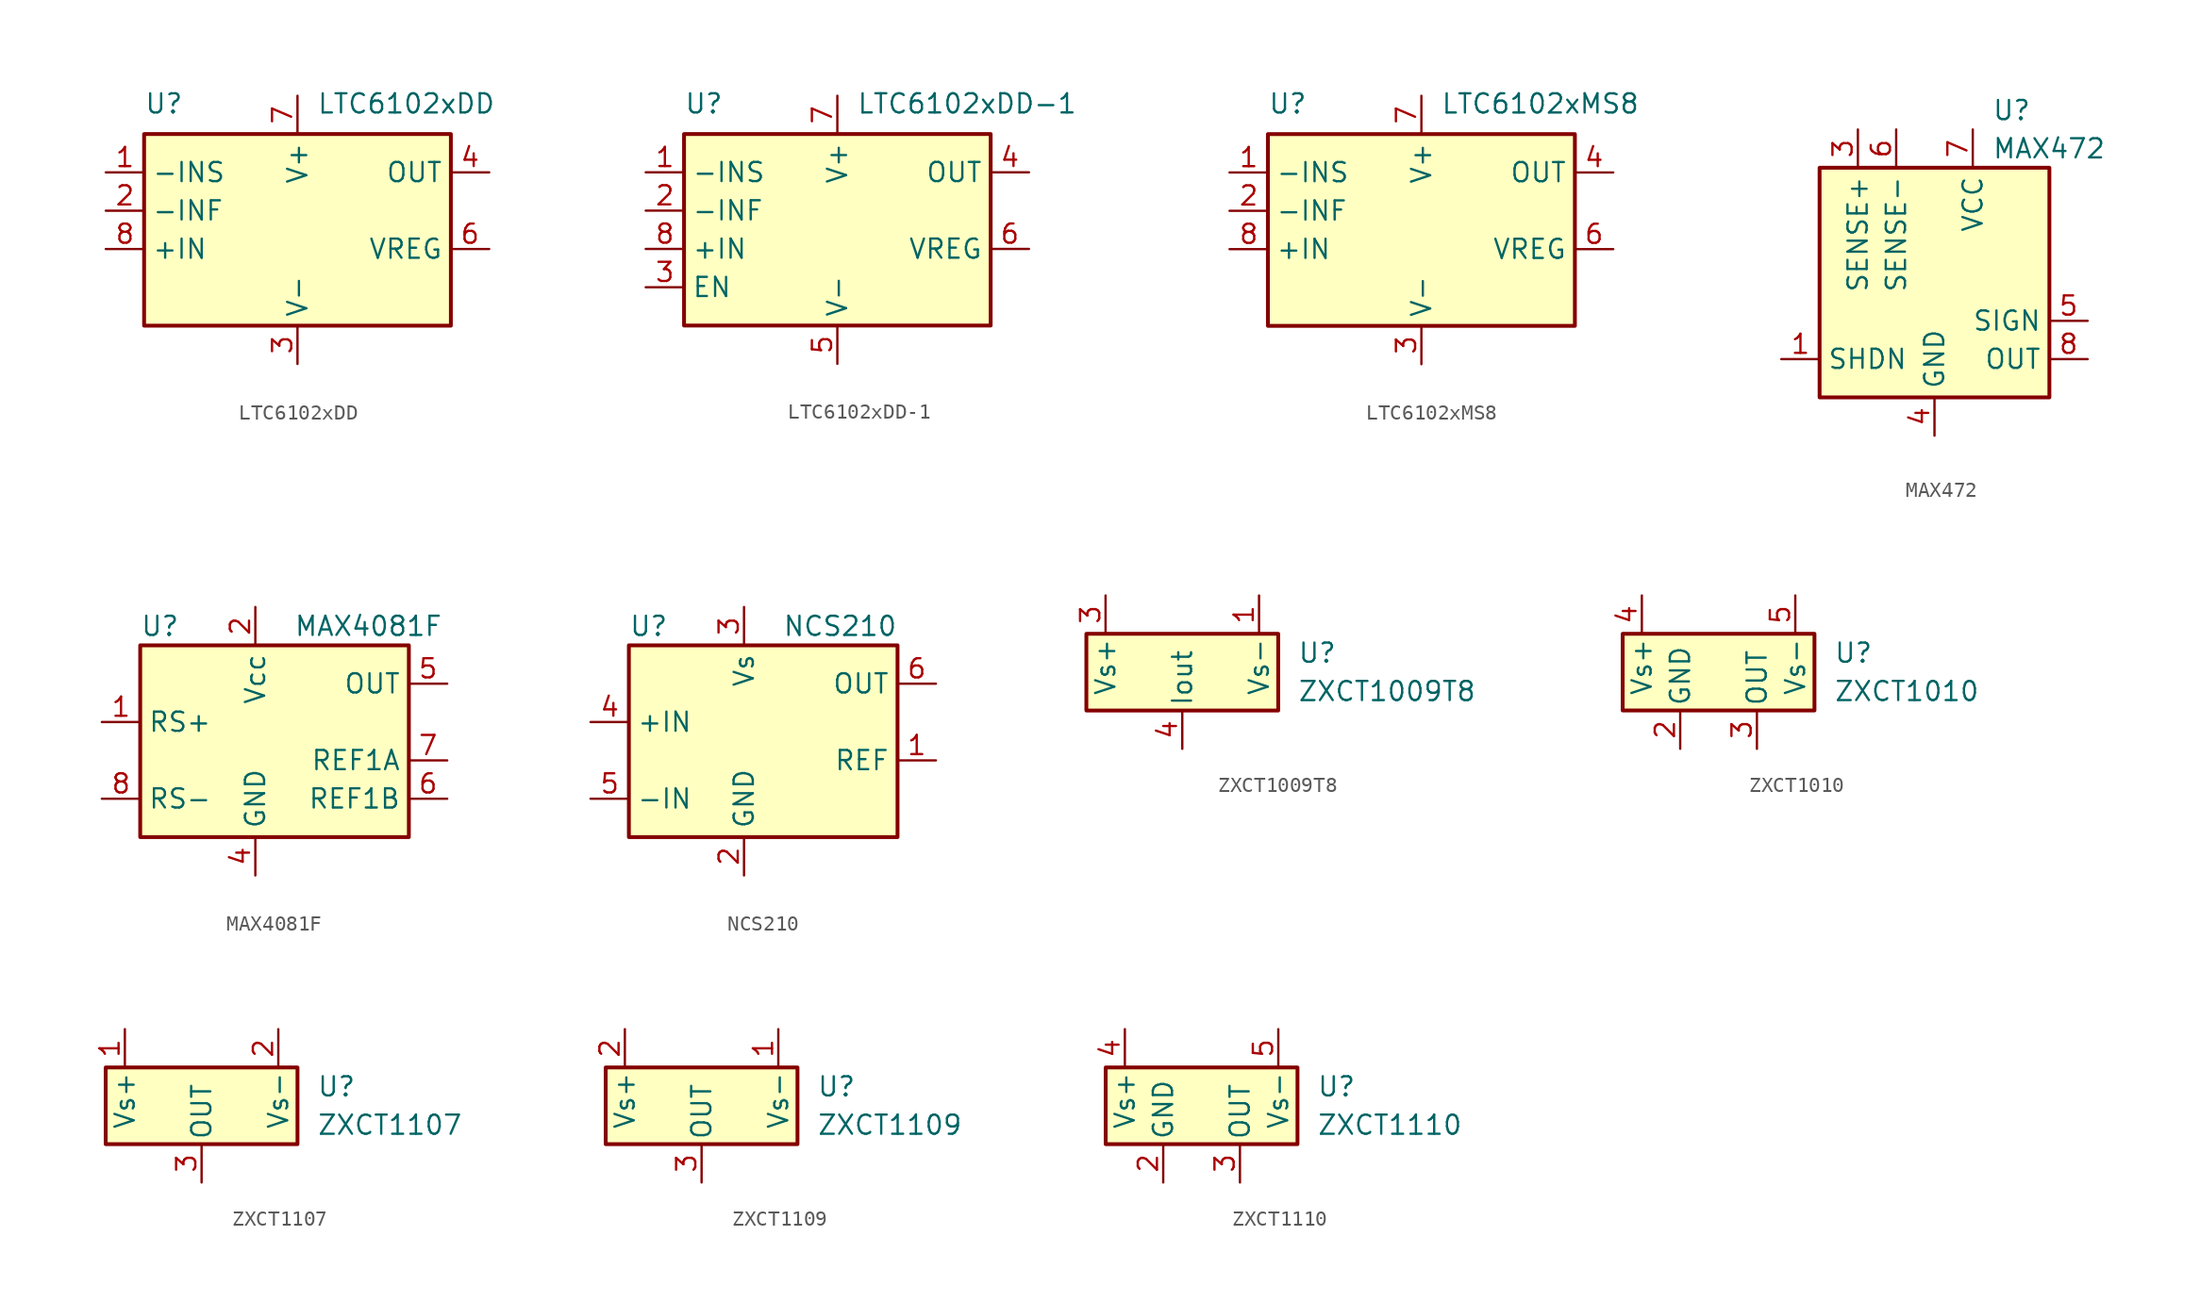
<source format=kicad_sym>
(kicad_symbol_lib
  (version 20211014)
  (generator kicad_symbol_editor)
  (symbol "LTC6102xDD"
    (property "Reference" "U"
      (at -10.16 8.89 0)
      (effects (font (size 1.27 1.27)) (justify left bottom)))
    (property "Value" "LTC6102xDD"
      (at 1.27 8.89 0)
      (effects (font (size 1.27 1.27)) (justify left bottom)))
    (symbol "LTC6102xDD_0_1"
      (rectangle (start -10.16 7.62) (end 10.16 -5.08) (stroke (width 0.254) (type default) (color 0 0 0 0)) (fill (type background))))
    (symbol "LTC6102xDD_1_1"
      (pin input line (at -12.7 5.08 0) (length 2.54) (name "-INS" (effects (font (size 1.27 1.27)))) (number "1" (effects (font (size 1.27 1.27)))))
      (pin input line (at -12.7 2.54 0) (length 2.54) (name "-INF" (effects (font (size 1.27 1.27)))) (number "2" (effects (font (size 1.27 1.27)))))
      (pin power_in line (at 0 -7.62 90) (length 2.54) (name "V-" (effects (font (size 1.27 1.27)))) (number "3" (effects (font (size 1.27 1.27)))))
      (pin output line (at 12.7 5.08 180) (length 2.54) (name "OUT" (effects (font (size 1.27 1.27)))) (number "4" (effects (font (size 1.27 1.27)))))
      (pin passive line (at 0 -7.62 90) (length 2.54) hide (name "V-" (effects (font (size 1.27 1.27)))) (number "5" (effects (font (size 1.27 1.27)))))
      (pin output line (at 12.7 0 180) (length 2.54) (name "VREG" (effects (font (size 1.27 1.27)))) (number "6" (effects (font (size 1.27 1.27)))))
      (pin power_in line (at 0 10.16 270) (length 2.54) (name "V+" (effects (font (size 1.27 1.27)))) (number "7" (effects (font (size 1.27 1.27)))))
      (pin input line (at -12.7 0 0) (length 2.54) (name "+IN" (effects (font (size 1.27 1.27)))) (number "8" (effects (font (size 1.27 1.27)))))
      (pin passive line (at 0 -7.62 90) (length 2.54) hide (name "V-" (effects (font (size 1.27 1.27)))) (number "9" (effects (font (size 1.27 1.27)))))))
  (symbol "LTC6102xDD-1"
    (property "Reference" "U"
      (at -10.16 8.89 0)
      (effects (font (size 1.27 1.27)) (justify left bottom)))
    (property "Value" "LTC6102xDD-1"
      (at 1.27 8.89 0)
      (effects (font (size 1.27 1.27)) (justify left bottom)))
    (symbol "LTC6102xDD-1_0_1"
      (rectangle (start -10.16 7.62) (end 10.16 -5.08) (stroke (width 0.254) (type default) (color 0 0 0 0)) (fill (type background))))
    (symbol "LTC6102xDD-1_1_1"
      (pin input line (at -12.7 5.08 0) (length 2.54) (name "-INS" (effects (font (size 1.27 1.27)))) (number "1" (effects (font (size 1.27 1.27)))))
      (pin input line (at -12.7 2.54 0) (length 2.54) (name "-INF" (effects (font (size 1.27 1.27)))) (number "2" (effects (font (size 1.27 1.27)))))
      (pin input line (at -12.7 -2.54 0) (length 2.54) (name "EN" (effects (font (size 1.27 1.27)))) (number "3" (effects (font (size 1.27 1.27)))))
      (pin output line (at 12.7 5.08 180) (length 2.54) (name "OUT" (effects (font (size 1.27 1.27)))) (number "4" (effects (font (size 1.27 1.27)))))
      (pin power_in line (at 0 -7.62 90) (length 2.54) (name "V-" (effects (font (size 1.27 1.27)))) (number "5" (effects (font (size 1.27 1.27)))))
      (pin output line (at 12.7 0 180) (length 2.54) (name "VREG" (effects (font (size 1.27 1.27)))) (number "6" (effects (font (size 1.27 1.27)))))
      (pin power_in line (at 0 10.16 270) (length 2.54) (name "V+" (effects (font (size 1.27 1.27)))) (number "7" (effects (font (size 1.27 1.27)))))
      (pin input line (at -12.7 0 0) (length 2.54) (name "+IN" (effects (font (size 1.27 1.27)))) (number "8" (effects (font (size 1.27 1.27)))))
      (pin passive line (at 0 -7.62 90) (length 2.54) hide (name "V-" (effects (font (size 1.27 1.27)))) (number "9" (effects (font (size 1.27 1.27)))))))
  (symbol "LTC6102xMS8"
    (property "Reference" "U"
      (at -10.16 8.89 0)
      (effects (font (size 1.27 1.27)) (justify left bottom)))
    (property "Value" "LTC6102xMS8"
      (at 1.27 8.89 0)
      (effects (font (size 1.27 1.27)) (justify left bottom)))
    (symbol "LTC6102xMS8_0_1"
      (rectangle (start -10.16 7.62) (end 10.16 -5.08) (stroke (width 0.254) (type default) (color 0 0 0 0)) (fill (type background))))
    (symbol "LTC6102xMS8_1_1"
      (pin input line (at -12.7 5.08 0) (length 2.54) (name "-INS" (effects (font (size 1.27 1.27)))) (number "1" (effects (font (size 1.27 1.27)))))
      (pin input line (at -12.7 2.54 0) (length 2.54) (name "-INF" (effects (font (size 1.27 1.27)))) (number "2" (effects (font (size 1.27 1.27)))))
      (pin power_in line (at 0 -7.62 90) (length 2.54) (name "V-" (effects (font (size 1.27 1.27)))) (number "3" (effects (font (size 1.27 1.27)))))
      (pin output line (at 12.7 5.08 180) (length 2.54) (name "OUT" (effects (font (size 1.27 1.27)))) (number "4" (effects (font (size 1.27 1.27)))))
      (pin passive line (at 0 -7.62 90) (length 2.54) hide (name "V-" (effects (font (size 1.27 1.27)))) (number "5" (effects (font (size 1.27 1.27)))))
      (pin output line (at 12.7 0 180) (length 2.54) (name "VREG" (effects (font (size 1.27 1.27)))) (number "6" (effects (font (size 1.27 1.27)))))
      (pin power_in line (at 0 10.16 270) (length 2.54) (name "V+" (effects (font (size 1.27 1.27)))) (number "7" (effects (font (size 1.27 1.27)))))
      (pin input line (at -12.7 0 0) (length 2.54) (name "+IN" (effects (font (size 1.27 1.27)))) (number "8" (effects (font (size 1.27 1.27)))))))
  (symbol "MAX472"
    (property "Reference" "U"
      (at 3.81 11.43 0)
      (effects (font (size 1.27 1.27)) (justify left)))
    (property "Value" "MAX472"
      (at 3.81 8.89 0)
      (effects (font (size 1.27 1.27)) (justify left)))
    (symbol "MAX472_0_1"
      (rectangle (start -7.62 7.62) (end 7.62 -7.62) (stroke (width 0.254) (type default) (color 0 0 0 0)) (fill (type background))))
    (symbol "MAX472_1_1"
      (pin input line (at -10.16 -5.08 0) (length 2.54) (name "SHDN" (effects (font (size 1.27 1.27)))) (number "1" (effects (font (size 1.27 1.27)))))
      (pin no_connect line (at 10.16 2.54 180) (length 2.54) hide (name "NC" (effects (font (size 1.27 1.27)))) (number "2" (effects (font (size 1.27 1.27)))))
      (pin input line (at -5.08 10.16 270) (length 2.54) (name "SENSE+" (effects (font (size 1.27 1.27)))) (number "3" (effects (font (size 1.27 1.27)))))
      (pin power_in line (at 0 -10.16 90) (length 2.54) (name "GND" (effects (font (size 1.27 1.27)))) (number "4" (effects (font (size 1.27 1.27)))))
      (pin open_collector line (at 10.16 -2.54 180) (length 2.54) (name "SIGN" (effects (font (size 1.27 1.27)))) (number "5" (effects (font (size 1.27 1.27)))))
      (pin input line (at -2.54 10.16 270) (length 2.54) (name "SENSE-" (effects (font (size 1.27 1.27)))) (number "6" (effects (font (size 1.27 1.27)))))
      (pin power_in line (at 2.54 10.16 270) (length 2.54) (name "VCC" (effects (font (size 1.27 1.27)))) (number "7" (effects (font (size 1.27 1.27)))))
      (pin output line (at 10.16 -5.08 180) (length 2.54) (name "OUT" (effects (font (size 1.27 1.27)))) (number "8" (effects (font (size 1.27 1.27)))))))
  (symbol "MAX4081F"
    (property "Reference" "U"
      (at -7.62 8.89 0)
      (effects (font (size 1.27 1.27)) (justify left)))
    (property "Value" "MAX4081F"
      (at 2.54 8.89 0)
      (effects (font (size 1.27 1.27)) (justify left)))
    (symbol "MAX4081F_0_1"
      (rectangle (start -7.62 7.62) (end 10.16 -5.08) (stroke (width 0.254) (type default) (color 0 0 0 0)) (fill (type background))))
    (symbol "MAX4081F_1_1"
      (pin input line (at -10.16 2.54 0) (length 2.54) (name "RS+" (effects (font (size 1.27 1.27)))) (number "1" (effects (font (size 1.27 1.27)))))
      (pin power_in line (at 0 10.16 270) (length 2.54) (name "Vcc" (effects (font (size 1.27 1.27)))) (number "2" (effects (font (size 1.27 1.27)))))
      (pin no_connect line (at 12.7 2.54 180) (length 2.54) hide (name "NC" (effects (font (size 1.27 1.27)))) (number "3" (effects (font (size 1.27 1.27)))))
      (pin power_in line (at 0 -7.62 90) (length 2.54) (name "GND" (effects (font (size 1.27 1.27)))) (number "4" (effects (font (size 1.27 1.27)))))
      (pin input line (at 12.7 5.08 180) (length 2.54) (name "OUT" (effects (font (size 1.27 1.27)))) (number "5" (effects (font (size 1.27 1.27)))))
      (pin input line (at 12.7 -2.54 180) (length 2.54) (name "REF1B" (effects (font (size 1.27 1.27)))) (number "6" (effects (font (size 1.27 1.27)))))
      (pin input line (at 12.7 0 180) (length 2.54) (name "REF1A" (effects (font (size 1.27 1.27)))) (number "7" (effects (font (size 1.27 1.27)))))
      (pin input line (at -10.16 -2.54 0) (length 2.54) (name "RS-" (effects (font (size 1.27 1.27)))) (number "8" (effects (font (size 1.27 1.27)))))))
  (symbol "NCS210"
    (property "Reference" "U"
      (at -7.62 8.89 0)
      (effects (font (size 1.27 1.27)) (justify left)))
    (property "Value" "NCS210"
      (at 2.54 8.89 0)
      (effects (font (size 1.27 1.27)) (justify left)))
    (symbol "NCS210_0_1"
      (rectangle (start -7.62 7.62) (end 10.16 -5.08) (stroke (width 0.254) (type default) (color 0 0 0 0)) (fill (type background))))
    (symbol "NCS210_1_1"
      (pin input line (at 12.7 0 180) (length 2.54) (name "REF" (effects (font (size 1.27 1.27)))) (number "1" (effects (font (size 1.27 1.27)))))
      (pin power_in line (at 0 -7.62 90) (length 2.54) (name "GND" (effects (font (size 1.27 1.27)))) (number "2" (effects (font (size 1.27 1.27)))))
      (pin power_in line (at 0 10.16 270) (length 2.54) (name "Vs" (effects (font (size 1.27 1.27)))) (number "3" (effects (font (size 1.27 1.27)))))
      (pin input line (at -10.16 2.54 0) (length 2.54) (name "+IN" (effects (font (size 1.27 1.27)))) (number "4" (effects (font (size 1.27 1.27)))))
      (pin input line (at -10.16 -2.54 0) (length 2.54) (name "-IN" (effects (font (size 1.27 1.27)))) (number "5" (effects (font (size 1.27 1.27)))))
      (pin output line (at 12.7 5.08 180) (length 2.54) (name "OUT" (effects (font (size 1.27 1.27)))) (number "6" (effects (font (size 1.27 1.27)))))))
  (symbol "ZXCT1009T8"
    (pin_names
      (offset 0.254))
    (property "Reference" "U"
      (at 7.62 1.27 0)
      (effects (font (size 1.27 1.27)) (justify left)))
    (property "Value" "ZXCT1009T8"
      (at 7.62 -1.27 0)
      (effects (font (size 1.27 1.27)) (justify left)))
    (symbol "ZXCT1009T8_0_1"
      (rectangle (start -6.35 2.54) (end 6.35 -2.54) (stroke (width 0.254) (type default) (color 0 0 0 0)) (fill (type background))))
    (symbol "ZXCT1009T8_1_1"
      (pin input line (at 5.08 5.08 270) (length 2.54) (name "Vs-" (effects (font (size 1.27 1.27)))) (number "1" (effects (font (size 1.27 1.27)))))
      (pin no_connect line (at -2.54 2.54 270) (length 2.54) hide (name "NC" (effects (font (size 1.27 1.27)))) (number "2" (effects (font (size 1.27 1.27)))))
      (pin input line (at -5.08 5.08 270) (length 2.54) (name "Vs+" (effects (font (size 1.27 1.27)))) (number "3" (effects (font (size 1.27 1.27)))))
      (pin output line (at 0 -5.08 90) (length 2.54) (name "Iout" (effects (font (size 1.27 1.27)))) (number "4" (effects (font (size 1.27 1.27)))))
      (pin no_connect line (at 0 2.54 270) (length 2.54) hide (name "NC" (effects (font (size 1.27 1.27)))) (number "5" (effects (font (size 1.27 1.27)))))
      (pin no_connect line (at 2.54 2.54 270) (length 2.54) hide (name "NC" (effects (font (size 1.27 1.27)))) (number "6" (effects (font (size 1.27 1.27)))))
      (pin no_connect line (at -2.54 -2.54 90) (length 2.54) hide (name "NC" (effects (font (size 1.27 1.27)))) (number "7" (effects (font (size 1.27 1.27)))))
      (pin no_connect line (at 2.54 -2.54 90) (length 2.54) hide (name "NC" (effects (font (size 1.27 1.27)))) (number "8" (effects (font (size 1.27 1.27)))))))
  (symbol "ZXCT1010"
    (pin_names
      (offset 0.254))
    (property "Reference" "U"
      (at 7.62 1.27 0)
      (effects (font (size 1.27 1.27)) (justify left)))
    (property "Value" "ZXCT1010"
      (at 7.62 -1.27 0)
      (effects (font (size 1.27 1.27)) (justify left)))
    (symbol "ZXCT1010_0_1"
      (rectangle (start -6.35 2.54) (end 6.35 -2.54) (stroke (width 0.254) (type default) (color 0 0 0 0)) (fill (type background))))
    (symbol "ZXCT1010_1_1"
      (pin no_connect line (at 0 2.54 270) (length 2.54) hide (name "NC" (effects (font (size 1.27 1.27)))) (number "1" (effects (font (size 1.27 1.27)))))
      (pin power_in line (at -2.54 -5.08 90) (length 2.54) (name "GND" (effects (font (size 1.27 1.27)))) (number "2" (effects (font (size 1.27 1.27)))))
      (pin output line (at 2.54 -5.08 90) (length 2.54) (name "OUT" (effects (font (size 1.27 1.27)))) (number "3" (effects (font (size 1.27 1.27)))))
      (pin input line (at -5.08 5.08 270) (length 2.54) (name "Vs+" (effects (font (size 1.27 1.27)))) (number "4" (effects (font (size 1.27 1.27)))))
      (pin input line (at 5.08 5.08 270) (length 2.54) (name "Vs-" (effects (font (size 1.27 1.27)))) (number "5" (effects (font (size 1.27 1.27)))))))
  (symbol "ZXCT1107"
    (pin_names
      (offset 0.254))
    (property "Reference" "U"
      (at 7.62 1.27 0)
      (effects (font (size 1.27 1.27)) (justify left)))
    (property "Value" "ZXCT1107"
      (at 7.62 -1.27 0)
      (effects (font (size 1.27 1.27)) (justify left)))
    (symbol "ZXCT1107_0_1"
      (rectangle (start -6.35 2.54) (end 6.35 -2.54) (stroke (width 0.254) (type default) (color 0 0 0 0)) (fill (type background))))
    (symbol "ZXCT1107_1_1"
      (pin input line (at -5.08 5.08 270) (length 2.54) (name "Vs+" (effects (font (size 1.27 1.27)))) (number "1" (effects (font (size 1.27 1.27)))))
      (pin input line (at 5.08 5.08 270) (length 2.54) (name "Vs-" (effects (font (size 1.27 1.27)))) (number "2" (effects (font (size 1.27 1.27)))))
      (pin output line (at 0 -5.08 90) (length 2.54) (name "OUT" (effects (font (size 1.27 1.27)))) (number "3" (effects (font (size 1.27 1.27)))))))
  (symbol "ZXCT1109"
    (pin_names
      (offset 0.254))
    (property "Reference" "U"
      (at 7.62 1.27 0)
      (effects (font (size 1.27 1.27)) (justify left)))
    (property "Value" "ZXCT1109"
      (at 7.62 -1.27 0)
      (effects (font (size 1.27 1.27)) (justify left)))
    (symbol "ZXCT1109_0_1"
      (rectangle (start -6.35 2.54) (end 6.35 -2.54) (stroke (width 0.254) (type default) (color 0 0 0 0)) (fill (type background))))
    (symbol "ZXCT1109_1_1"
      (pin input line (at 5.08 5.08 270) (length 2.54) (name "Vs-" (effects (font (size 1.27 1.27)))) (number "1" (effects (font (size 1.27 1.27)))))
      (pin input line (at -5.08 5.08 270) (length 2.54) (name "Vs+" (effects (font (size 1.27 1.27)))) (number "2" (effects (font (size 1.27 1.27)))))
      (pin output line (at 0 -5.08 90) (length 2.54) (name "OUT" (effects (font (size 1.27 1.27)))) (number "3" (effects (font (size 1.27 1.27)))))))
  (symbol "ZXCT1110"
    (pin_names
      (offset 0.254))
    (property "Reference" "U"
      (at 7.62 1.27 0)
      (effects (font (size 1.27 1.27)) (justify left)))
    (property "Value" "ZXCT1110"
      (at 7.62 -1.27 0)
      (effects (font (size 1.27 1.27)) (justify left)))
    (symbol "ZXCT1110_0_1"
      (rectangle (start -6.35 2.54) (end 6.35 -2.54) (stroke (width 0.254) (type default) (color 0 0 0 0)) (fill (type background))))
    (symbol "ZXCT1110_1_1"
      (pin no_connect line (at 0 2.54 270) (length 2.54) hide (name "NC" (effects (font (size 1.27 1.27)))) (number "1" (effects (font (size 1.27 1.27)))))
      (pin power_in line (at -2.54 -5.08 90) (length 2.54) (name "GND" (effects (font (size 1.27 1.27)))) (number "2" (effects (font (size 1.27 1.27)))))
      (pin output line (at 2.54 -5.08 90) (length 2.54) (name "OUT" (effects (font (size 1.27 1.27)))) (number "3" (effects (font (size 1.27 1.27)))))
      (pin input line (at -5.08 5.08 270) (length 2.54) (name "Vs+" (effects (font (size 1.27 1.27)))) (number "4" (effects (font (size 1.27 1.27)))))
      (pin input line (at 5.08 5.08 270) (length 2.54) (name "Vs-" (effects (font (size 1.27 1.27)))) (number "5" (effects (font (size 1.27 1.27))))))))
</source>
